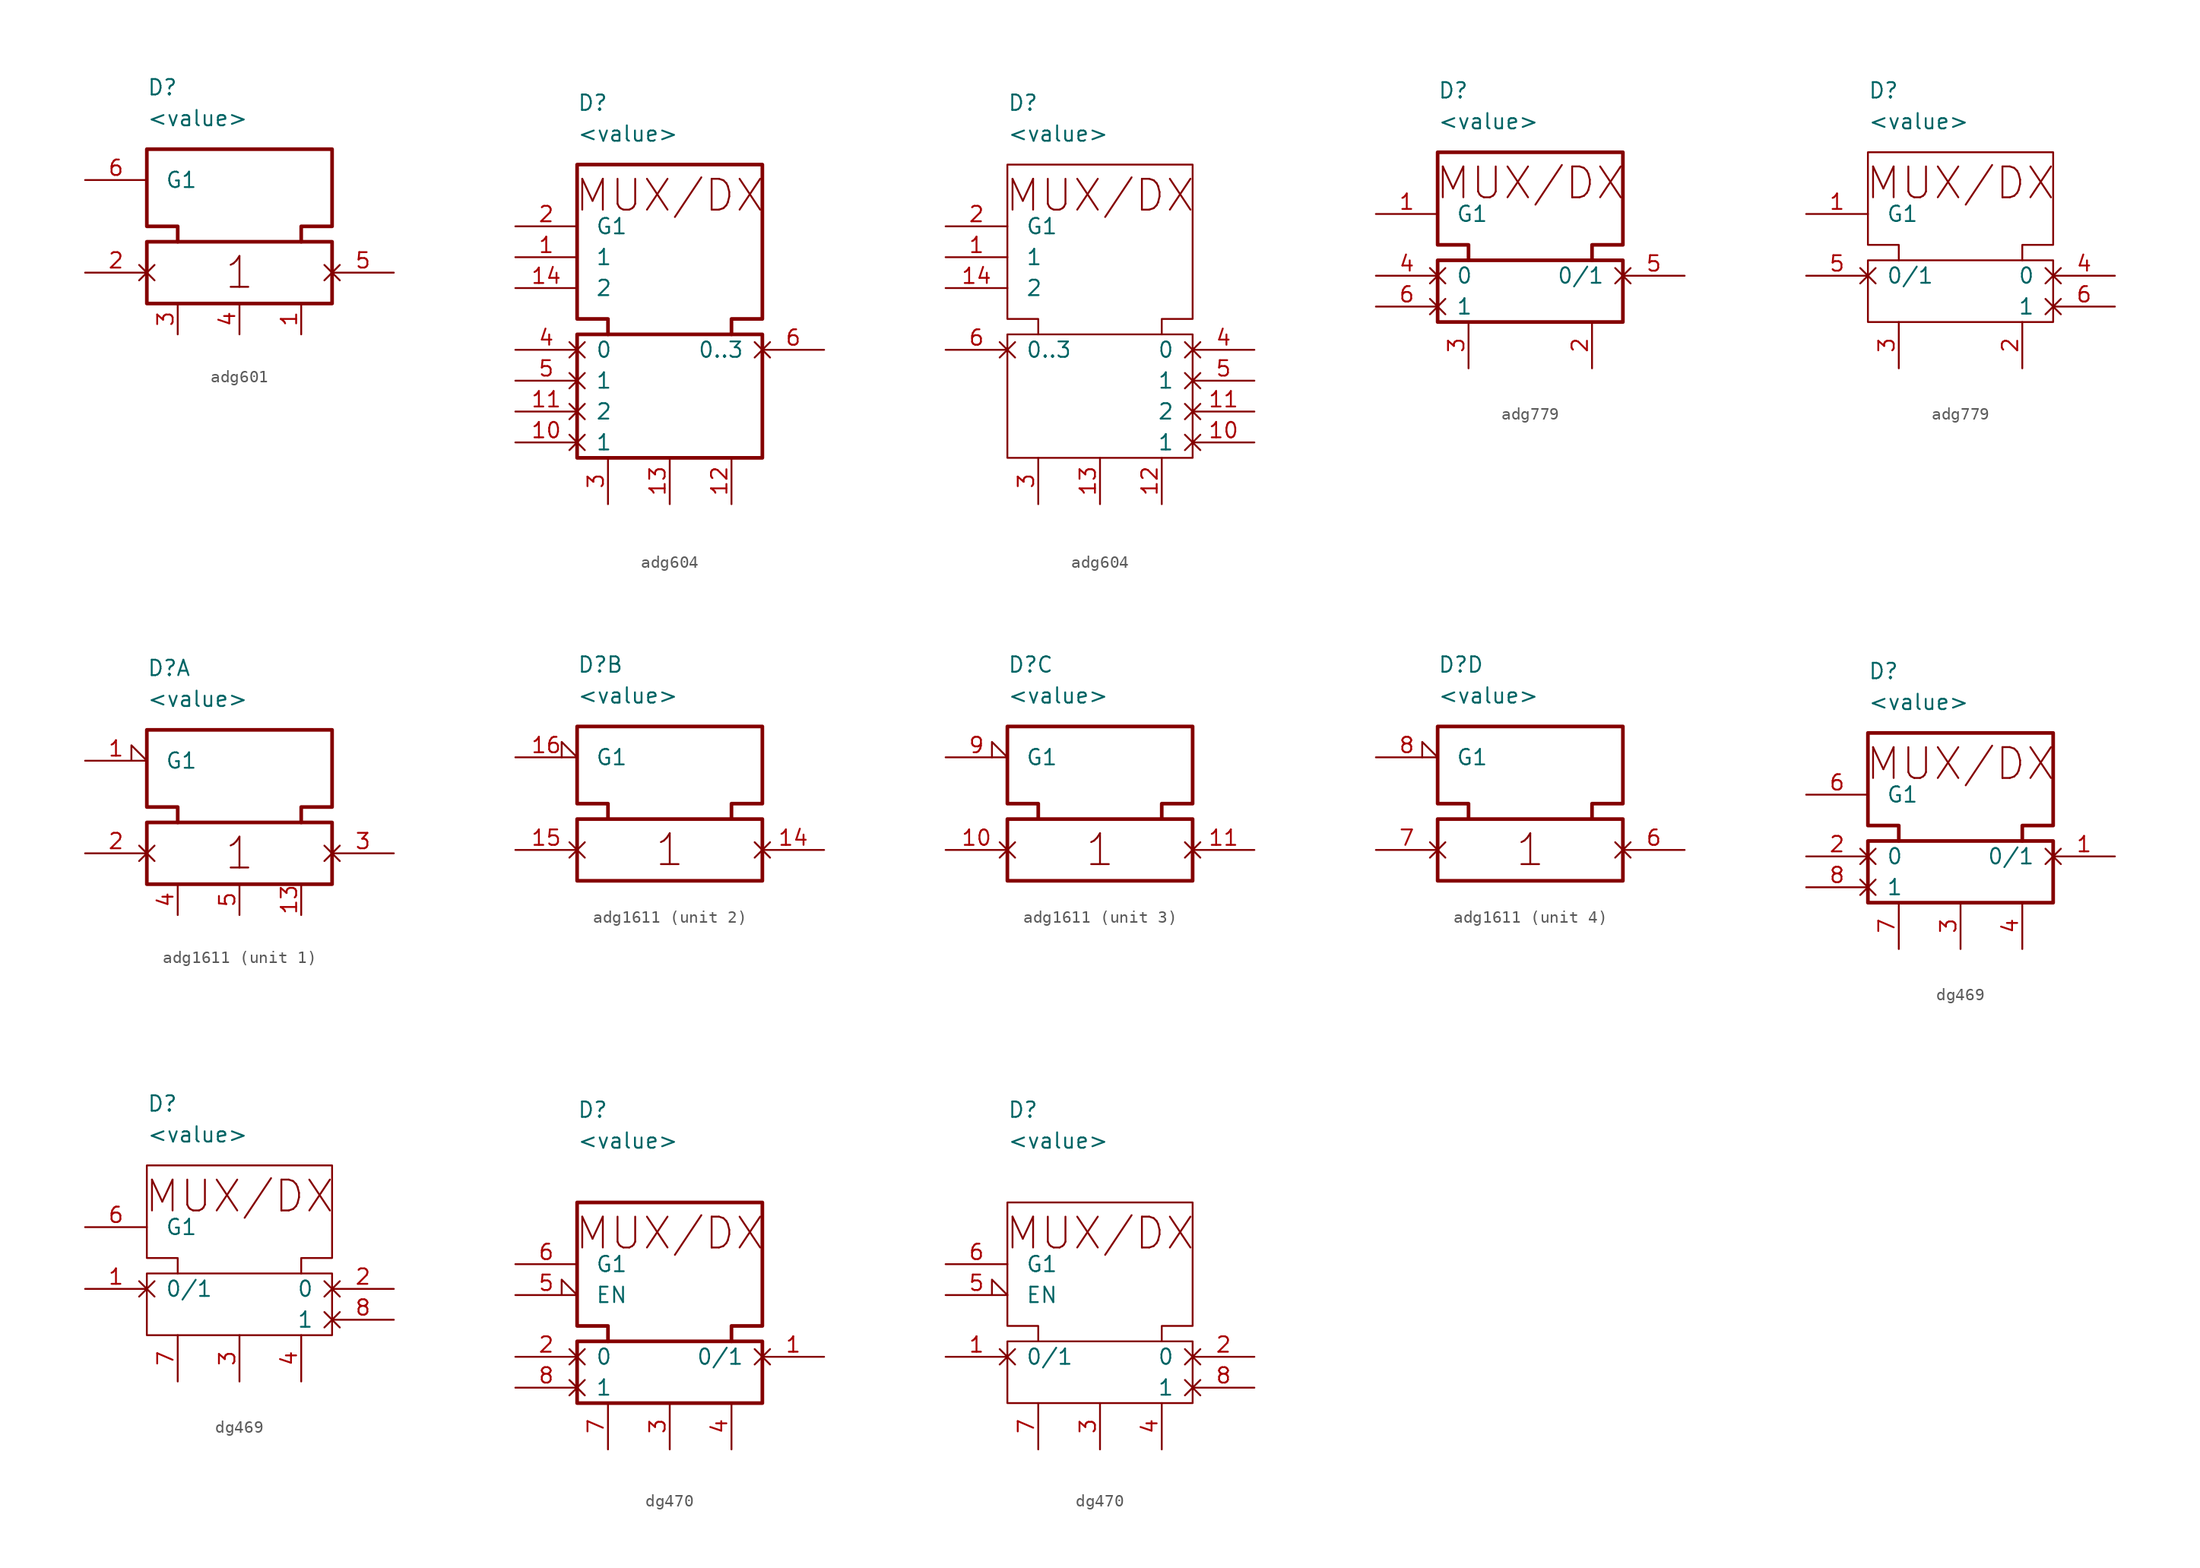
<source format=kicad_sym>
(kicad_symbol_lib
  (version 20231120)
  (generator "kicad_symbol_editor")
  (generator_version "8.0")
  (symbol "adg601"
    (pin_names
      (offset 1.5))
    (property "Reference" "D"
      (at 0 12.7 0)
      (effects (font (size 1.27 1.27)) (justify left)))
    (property "Value" "<value>"
      (at 0 10.16 0)
      (effects (font (size 1.27 1.27)) (justify left)))
    (symbol "adg601_0_1"
      (polyline (pts (xy 2.54 0) (xy 2.54 1.27) (xy 0 1.27) (xy 0 7.62) (xy 15.24 7.62) (xy 15.24 1.27) (xy 12.7 1.27) (xy 12.7 0)) (stroke (width 0.3) (type default)) (fill (type none)))
      (rectangle (start 0 0) (end 15.24 -5.08) (stroke (width 0.3) (type default)) (fill (type none))))
    (symbol "adg601_1_1"
      (text "1" (at 7.62 -2.54 0) (effects (font (size 2.54 2.54))))
      (pin power_in line (at 12.7 -7.62 90) (length 2.54) (name "" (effects (font (size 1.27 1.27)))) (number "1" (effects (font (size 1.27 1.27)))))
      (pin passive non_logic (at -5.08 -2.54 0) (length 5.08) (name "" (effects (font (size 1.27 1.27)))) (number "2" (effects (font (size 1.27 1.27)))))
      (pin power_in line (at 2.54 -7.62 90) (length 2.54) (name "" (effects (font (size 1.27 1.27)))) (number "3" (effects (font (size 1.27 1.27)))))
      (pin power_in line (at 7.62 -7.62 90) (length 2.54) (name "" (effects (font (size 1.27 1.27)))) (number "4" (effects (font (size 1.27 1.27)))))
      (pin passive non_logic (at 20.32 -2.54 180) (length 5.08) (name "" (effects (font (size 1.27 1.27)))) (number "5" (effects (font (size 1.27 1.27)))))
      (pin input line (at -5.08 5.08 0) (length 5.08) (name "G1" (effects (font (size 1.27 1.27)))) (number "6" (effects (font (size 1.27 1.27)))))))
  (symbol "adg604"
    (pin_names
      (offset 1.5))
    (property "Reference" "D"
      (at -7.62 20.32 0)
      (effects (font (size 1.27 1.27)) (justify left)))
    (property "Value" "<value>"
      (at -7.62 17.78 0)
      (effects (font (size 1.27 1.27)) (justify left)))
    (symbol "adg604_0_1"
      (rectangle (start -7.62 1.27) (end 7.62 -8.89) (stroke (width 0.3) (type default)) (fill (type none)))
      (polyline (pts (xy -5.08 1.27) (xy -5.08 2.54) (xy -7.62 2.54) (xy -7.62 15.24) (xy 7.62 15.24) (xy 7.62 2.54) (xy 5.08 2.54) (xy 5.08 1.27)) (stroke (width 0.3) (type default)) (fill (type none)))
      (text "MUX/DX" (at 0 12.7 0) (effects (font (size 2.54 2.54)))))
    (symbol "adg604_0_2"
      (rectangle (start -7.62 1.27) (end 7.62 -8.89) (stroke (width 0) (type default)) (fill (type none)))
      (polyline (pts (xy -5.08 1.27) (xy -5.08 2.54) (xy -7.62 2.54) (xy -7.62 15.24) (xy 7.62 15.24) (xy 7.62 2.54) (xy 5.08 2.54) (xy 5.08 1.27)) (stroke (width 0) (type default)) (fill (type none)))
      (text "MUX/DX" (at 0 12.7 0) (effects (font (size 2.54 2.54)))))
    (symbol "adg604_1_1"
      (pin input line (at -12.7 7.62 0) (length 5.08) (name "1" (effects (font (size 1.27 1.27)))) (number "1" (effects (font (size 1.27 1.27)))))
      (pin passive non_logic (at -12.7 -7.62 0) (length 5.08) (name "1" (effects (font (size 1.27 1.27)))) (number "10" (effects (font (size 1.27 1.27)))))
      (pin passive non_logic (at -12.7 -5.08 0) (length 5.08) (name "2" (effects (font (size 1.27 1.27)))) (number "11" (effects (font (size 1.27 1.27)))))
      (pin power_in line (at 5.08 -12.7 90) (length 3.81) (name "" (effects (font (size 1.27 1.27)))) (number "12" (effects (font (size 1.27 1.27)))))
      (pin power_in line (at 0 -12.7 90) (length 3.81) (name "" (effects (font (size 1.27 1.27)))) (number "13" (effects (font (size 1.27 1.27)))))
      (pin input line (at -12.7 5.08 0) (length 5.08) (name "2" (effects (font (size 1.27 1.27)))) (number "14" (effects (font (size 1.27 1.27)))))
      (pin input line (at -12.7 10.16 0) (length 5.08) (name "G1" (effects (font (size 1.27 1.27)))) (number "2" (effects (font (size 1.27 1.27)))))
      (pin power_in line (at -5.08 -12.7 90) (length 3.81) (name "" (effects (font (size 1.27 1.27)))) (number "3" (effects (font (size 1.27 1.27)))))
      (pin passive non_logic (at -12.7 0 0) (length 5.08) (name "0" (effects (font (size 1.27 1.27)))) (number "4" (effects (font (size 1.27 1.27)))))
      (pin passive non_logic (at -12.7 -2.54 0) (length 5.08) (name "1" (effects (font (size 1.27 1.27)))) (number "5" (effects (font (size 1.27 1.27)))))
      (pin passive non_logic (at 12.7 0 180) (length 5.08) (name "0..3" (effects (font (size 1.27 1.27)))) (number "6" (effects (font (size 1.27 1.27))))))
    (symbol "adg604_1_2"
      (pin input line (at -12.7 7.62 0) (length 5.08) (name "1" (effects (font (size 1.27 1.27)))) (number "1" (effects (font (size 1.27 1.27)))))
      (pin passive non_logic (at 12.7 -7.62 180) (length 5.08) (name "1" (effects (font (size 1.27 1.27)))) (number "10" (effects (font (size 1.27 1.27)))))
      (pin passive non_logic (at 12.7 -5.08 180) (length 5.08) (name "2" (effects (font (size 1.27 1.27)))) (number "11" (effects (font (size 1.27 1.27)))))
      (pin power_in line (at 5.08 -12.7 90) (length 3.81) (name "" (effects (font (size 1.27 1.27)))) (number "12" (effects (font (size 1.27 1.27)))))
      (pin power_in line (at 0 -12.7 90) (length 3.81) (name "" (effects (font (size 1.27 1.27)))) (number "13" (effects (font (size 1.27 1.27)))))
      (pin input line (at -12.7 5.08 0) (length 5.08) (name "2" (effects (font (size 1.27 1.27)))) (number "14" (effects (font (size 1.27 1.27)))))
      (pin input line (at -12.7 10.16 0) (length 5.08) (name "G1" (effects (font (size 1.27 1.27)))) (number "2" (effects (font (size 1.27 1.27)))))
      (pin power_in line (at -5.08 -12.7 90) (length 3.81) (name "" (effects (font (size 1.27 1.27)))) (number "3" (effects (font (size 1.27 1.27)))))
      (pin passive non_logic (at 12.7 0 180) (length 5.08) (name "0" (effects (font (size 1.27 1.27)))) (number "4" (effects (font (size 1.27 1.27)))))
      (pin passive non_logic (at 12.7 -2.54 180) (length 5.08) (name "1" (effects (font (size 1.27 1.27)))) (number "5" (effects (font (size 1.27 1.27)))))
      (pin passive non_logic (at -12.7 0 0) (length 5.08) (name "0..3" (effects (font (size 1.27 1.27)))) (number "6" (effects (font (size 1.27 1.27)))))))
  (symbol "adg779"
    (pin_names
      (offset 1.5))
    (property "Reference" "D"
      (at 0 12.7 0)
      (effects (font (size 1.27 1.27)) (justify left)))
    (property "Value" "<value>"
      (at 0 10.16 0)
      (effects (font (size 1.27 1.27)) (justify left)))
    (symbol "adg779_0_1"
      (rectangle (start 0 -1.27) (end 15.24 -6.35) (stroke (width 0.3) (type default)) (fill (type none)))
      (polyline (pts (xy 2.54 -1.27) (xy 2.54 0) (xy 0 0) (xy 0 7.62) (xy 15.24 7.62) (xy 15.24 0) (xy 12.7 0) (xy 12.7 -1.27)) (stroke (width 0.3) (type default)) (fill (type none)))
      (text "MUX/DX" (at 7.62 5.08 0) (effects (font (size 2.54 2.54)))))
    (symbol "adg779_0_2"
      (rectangle (start 0 -1.27) (end 15.24 -6.35) (stroke (width 0) (type default)) (fill (type none)))
      (polyline (pts (xy 2.54 -1.27) (xy 2.54 0) (xy 0 0) (xy 0 7.62) (xy 15.24 7.62) (xy 15.24 0) (xy 12.7 0) (xy 12.7 -1.27)) (stroke (width 0) (type default)) (fill (type none)))
      (text "MUX/DX" (at 7.62 5.08 0) (effects (font (size 2.54 2.54)))))
    (symbol "adg779_1_1"
      (pin input line (at -5.08 2.54 0) (length 5.08) (name "G1" (effects (font (size 1.27 1.27)))) (number "1" (effects (font (size 1.27 1.27)))))
      (pin power_in line (at 12.7 -10.16 90) (length 3.81) (name "" (effects (font (size 1.27 1.27)))) (number "2" (effects (font (size 1.27 1.27)))))
      (pin power_in line (at 2.54 -10.16 90) (length 3.81) (name "" (effects (font (size 1.27 1.27)))) (number "3" (effects (font (size 1.27 1.27)))))
      (pin passive non_logic (at -5.08 -2.54 0) (length 5.08) (name "0" (effects (font (size 1.27 1.27)))) (number "4" (effects (font (size 1.27 1.27)))))
      (pin passive non_logic (at 20.32 -2.54 180) (length 5.08) (name "0/1" (effects (font (size 1.27 1.27)))) (number "5" (effects (font (size 1.27 1.27)))))
      (pin passive non_logic (at -5.08 -5.08 0) (length 5.08) (name "1" (effects (font (size 1.27 1.27)))) (number "6" (effects (font (size 1.27 1.27))))))
    (symbol "adg779_1_2"
      (pin input line (at -5.08 2.54 0) (length 5.08) (name "G1" (effects (font (size 1.27 1.27)))) (number "1" (effects (font (size 1.27 1.27)))))
      (pin power_in line (at 12.7 -10.16 90) (length 3.81) (name "" (effects (font (size 1.27 1.27)))) (number "2" (effects (font (size 1.27 1.27)))))
      (pin power_in line (at 2.54 -10.16 90) (length 3.81) (name "" (effects (font (size 1.27 1.27)))) (number "3" (effects (font (size 1.27 1.27)))))
      (pin passive non_logic (at 20.32 -2.54 180) (length 5.08) (name "0" (effects (font (size 1.27 1.27)))) (number "4" (effects (font (size 1.27 1.27)))))
      (pin passive non_logic (at -5.08 -2.54 0) (length 5.08) (name "0/1" (effects (font (size 1.27 1.27)))) (number "5" (effects (font (size 1.27 1.27)))))
      (pin passive non_logic (at 20.32 -5.08 180) (length 5.08) (name "1" (effects (font (size 1.27 1.27)))) (number "6" (effects (font (size 1.27 1.27)))))))
  (symbol "adg1611"
    (pin_names
      (offset 1.5))
    (property "Reference" "D"
      (at 0 12.7 0)
      (effects (font (size 1.27 1.27)) (justify left)))
    (property "Value" "<value>"
      (at 0 10.16 0)
      (effects (font (size 1.27 1.27)) (justify left)))
    (symbol "adg1611_0_1"
      (polyline (pts (xy 2.54 0) (xy 2.54 1.27) (xy 0 1.27) (xy 0 7.62) (xy 15.24 7.62) (xy 15.24 1.27) (xy 12.7 1.27) (xy 12.7 0)) (stroke (width 0.3) (type default)) (fill (type none)))
      (rectangle (start 0 0) (end 15.24 -5.08) (stroke (width 0.3) (type default)) (fill (type none))))
    (symbol "adg1611_1_1"
      (text "1" (at 7.62 -2.54 0) (effects (font (size 2.54 2.54))))
      (pin input input_low (at -5.08 5.08 0) (length 5.08) (name "G1" (effects (font (size 1.27 1.27)))) (number "1" (effects (font (size 1.27 1.27)))))
      (pin power_in line (at 12.7 -7.62 90) (length 2.54) (name "" (effects (font (size 1.27 1.27)))) (number "13" (effects (font (size 1.27 1.27)))))
      (pin passive non_logic (at -5.08 -2.54 0) (length 5.08) (name "" (effects (font (size 1.27 1.27)))) (number "2" (effects (font (size 1.27 1.27)))))
      (pin passive non_logic (at 20.32 -2.54 180) (length 5.08) (name "" (effects (font (size 1.27 1.27)))) (number "3" (effects (font (size 1.27 1.27)))))
      (pin power_in line (at 2.54 -7.62 90) (length 2.54) (name "" (effects (font (size 1.27 1.27)))) (number "4" (effects (font (size 1.27 1.27)))))
      (pin power_in line (at 7.62 -7.62 90) (length 2.54) (name "" (effects (font (size 1.27 1.27)))) (number "5" (effects (font (size 1.27 1.27))))))
    (symbol "adg1611_2_1"
      (text "1" (at 7.62 -2.54 0) (effects (font (size 2.54 2.54))))
      (pin passive non_logic (at 20.32 -2.54 180) (length 5.08) (name "" (effects (font (size 1.27 1.27)))) (number "14" (effects (font (size 1.27 1.27)))))
      (pin passive non_logic (at -5.08 -2.54 0) (length 5.08) (name "" (effects (font (size 1.27 1.27)))) (number "15" (effects (font (size 1.27 1.27)))))
      (pin input input_low (at -5.08 5.08 0) (length 5.08) (name "G1" (effects (font (size 1.27 1.27)))) (number "16" (effects (font (size 1.27 1.27))))))
    (symbol "adg1611_3_1"
      (text "1" (at 7.62 -2.54 0) (effects (font (size 2.54 2.54))))
      (pin passive non_logic (at -5.08 -2.54 0) (length 5.08) (name "" (effects (font (size 1.27 1.27)))) (number "10" (effects (font (size 1.27 1.27)))))
      (pin passive non_logic (at 20.32 -2.54 180) (length 5.08) (name "" (effects (font (size 1.27 1.27)))) (number "11" (effects (font (size 1.27 1.27)))))
      (pin input input_low (at -5.08 5.08 0) (length 5.08) (name "G1" (effects (font (size 1.27 1.27)))) (number "9" (effects (font (size 1.27 1.27))))))
    (symbol "adg1611_4_1"
      (text "1" (at 7.62 -2.54 0) (effects (font (size 2.54 2.54))))
      (pin passive non_logic (at 20.32 -2.54 180) (length 5.08) (name "" (effects (font (size 1.27 1.27)))) (number "6" (effects (font (size 1.27 1.27)))))
      (pin passive non_logic (at -5.08 -2.54 0) (length 5.08) (name "" (effects (font (size 1.27 1.27)))) (number "7" (effects (font (size 1.27 1.27)))))
      (pin input input_low (at -5.08 5.08 0) (length 5.08) (name "G1" (effects (font (size 1.27 1.27)))) (number "8" (effects (font (size 1.27 1.27)))))))
  (symbol "dg469"
    (pin_names
      (offset 1.5))
    (property "Reference" "D"
      (at 0 12.7 0)
      (effects (font (size 1.27 1.27)) (justify left)))
    (property "Value" "<value>"
      (at 0 10.16 0)
      (effects (font (size 1.27 1.27)) (justify left)))
    (symbol "dg469_0_1"
      (rectangle (start 0 -1.27) (end 15.24 -6.35) (stroke (width 0.3) (type default)) (fill (type none)))
      (text "MUX/DX" (at 7.62 5.08 0) (effects (font (size 2.54 2.54)))))
    (symbol "dg469_0_2"
      (rectangle (start 0 -1.27) (end 15.24 -6.35) (stroke (width 0) (type default)) (fill (type none)))
      (polyline (pts (xy 2.54 -1.27) (xy 2.54 0) (xy 0 0) (xy 0 7.62) (xy 15.24 7.62) (xy 15.24 0) (xy 12.7 0) (xy 12.7 -1.27)) (stroke (width 0) (type default)) (fill (type none)))
      (text "MUX/DX" (at 7.62 5.08 0) (effects (font (size 2.54 2.54)))))
    (symbol "dg469_1_1"
      (polyline (pts (xy 2.54 -1.27) (xy 2.54 0) (xy 0 0) (xy 0 7.62) (xy 15.24 7.62) (xy 15.24 0) (xy 12.7 0) (xy 12.7 -1.27)) (stroke (width 0.3) (type default)) (fill (type none)))
      (pin passive non_logic (at 20.32 -2.54 180) (length 5.08) (name "0/1" (effects (font (size 1.27 1.27)))) (number "1" (effects (font (size 1.27 1.27)))))
      (pin passive non_logic (at -5.08 -2.54 0) (length 5.08) (name "0" (effects (font (size 1.27 1.27)))) (number "2" (effects (font (size 1.27 1.27)))))
      (pin power_in line (at 7.62 -10.16 90) (length 3.81) (name "" (effects (font (size 1.27 1.27)))) (number "3" (effects (font (size 1.27 1.27)))))
      (pin power_in line (at 12.7 -10.16 90) (length 3.81) (name "" (effects (font (size 1.27 1.27)))) (number "4" (effects (font (size 1.27 1.27)))))
      (pin input line (at -5.08 2.54 0) (length 5.08) (name "G1" (effects (font (size 1.27 1.27)))) (number "6" (effects (font (size 1.27 1.27)))))
      (pin power_in line (at 2.54 -10.16 90) (length 3.81) (name "" (effects (font (size 1.27 1.27)))) (number "7" (effects (font (size 1.27 1.27)))))
      (pin passive non_logic (at -5.08 -5.08 0) (length 5.08) (name "1" (effects (font (size 1.27 1.27)))) (number "8" (effects (font (size 1.27 1.27))))))
    (symbol "dg469_1_2"
      (pin passive non_logic (at -5.08 -2.54 0) (length 5.08) (name "0/1" (effects (font (size 1.27 1.27)))) (number "1" (effects (font (size 1.27 1.27)))))
      (pin passive non_logic (at 20.32 -2.54 180) (length 5.08) (name "0" (effects (font (size 1.27 1.27)))) (number "2" (effects (font (size 1.27 1.27)))))
      (pin power_in line (at 7.62 -10.16 90) (length 3.81) (name "" (effects (font (size 1.27 1.27)))) (number "3" (effects (font (size 1.27 1.27)))))
      (pin power_in line (at 12.7 -10.16 90) (length 3.81) (name "" (effects (font (size 1.27 1.27)))) (number "4" (effects (font (size 1.27 1.27)))))
      (pin input line (at -5.08 2.54 0) (length 5.08) (name "G1" (effects (font (size 1.27 1.27)))) (number "6" (effects (font (size 1.27 1.27)))))
      (pin power_in line (at 2.54 -10.16 90) (length 3.81) (name "" (effects (font (size 1.27 1.27)))) (number "7" (effects (font (size 1.27 1.27)))))
      (pin passive non_logic (at 20.32 -5.08 180) (length 5.08) (name "1" (effects (font (size 1.27 1.27)))) (number "8" (effects (font (size 1.27 1.27)))))))
  (symbol "dg470"
    (pin_names
      (offset 1.5))
    (property "Reference" "D"
      (at 0 17.78 0)
      (effects (font (size 1.27 1.27)) (justify left)))
    (property "Value" "<value>"
      (at 0 15.24 0)
      (effects (font (size 1.27 1.27)) (justify left)))
    (symbol "dg470_0_1"
      (rectangle (start 0 -1.27) (end 15.24 -6.35) (stroke (width 0.3) (type default)) (fill (type none)))
      (polyline (pts (xy 2.54 -1.27) (xy 2.54 0) (xy 0 0) (xy 0 10.16) (xy 15.24 10.16) (xy 15.24 0) (xy 12.7 0) (xy 12.7 -1.27)) (stroke (width 0.3) (type default)) (fill (type none)))
      (text "MUX/DX" (at 7.62 7.62 0) (effects (font (size 2.54 2.54)))))
    (symbol "dg470_0_2"
      (rectangle (start 0 -1.27) (end 15.24 -6.35) (stroke (width 0) (type default)) (fill (type none)))
      (polyline (pts (xy 2.54 -1.27) (xy 2.54 0) (xy 0 0) (xy 0 10.16) (xy 15.24 10.16) (xy 15.24 0) (xy 12.7 0) (xy 12.7 -1.27)) (stroke (width 0) (type default)) (fill (type none)))
      (text "MUX/DX" (at 7.62 7.62 0) (effects (font (size 2.54 2.54)))))
    (symbol "dg470_1_1"
      (pin passive non_logic (at 20.32 -2.54 180) (length 5.08) (name "0/1" (effects (font (size 1.27 1.27)))) (number "1" (effects (font (size 1.27 1.27)))))
      (pin passive non_logic (at -5.08 -2.54 0) (length 5.08) (name "0" (effects (font (size 1.27 1.27)))) (number "2" (effects (font (size 1.27 1.27)))))
      (pin power_in line (at 7.62 -10.16 90) (length 3.81) (name "" (effects (font (size 1.27 1.27)))) (number "3" (effects (font (size 1.27 1.27)))))
      (pin power_in line (at 12.7 -10.16 90) (length 3.81) (name "" (effects (font (size 1.27 1.27)))) (number "4" (effects (font (size 1.27 1.27)))))
      (pin input input_low (at -5.08 2.54 0) (length 5.08) (name "EN" (effects (font (size 1.27 1.27)))) (number "5" (effects (font (size 1.27 1.27)))))
      (pin input line (at -5.08 5.08 0) (length 5.08) (name "G1" (effects (font (size 1.27 1.27)))) (number "6" (effects (font (size 1.27 1.27)))))
      (pin power_in line (at 2.54 -10.16 90) (length 3.81) (name "" (effects (font (size 1.27 1.27)))) (number "7" (effects (font (size 1.27 1.27)))))
      (pin passive non_logic (at -5.08 -5.08 0) (length 5.08) (name "1" (effects (font (size 1.27 1.27)))) (number "8" (effects (font (size 1.27 1.27))))))
    (symbol "dg470_1_2"
      (pin passive non_logic (at -5.08 -2.54 0) (length 5.08) (name "0/1" (effects (font (size 1.27 1.27)))) (number "1" (effects (font (size 1.27 1.27)))))
      (pin passive non_logic (at 20.32 -2.54 180) (length 5.08) (name "0" (effects (font (size 1.27 1.27)))) (number "2" (effects (font (size 1.27 1.27)))))
      (pin power_in line (at 7.62 -10.16 90) (length 3.81) (name "" (effects (font (size 1.27 1.27)))) (number "3" (effects (font (size 1.27 1.27)))))
      (pin power_in line (at 12.7 -10.16 90) (length 3.81) (name "" (effects (font (size 1.27 1.27)))) (number "4" (effects (font (size 1.27 1.27)))))
      (pin input input_low (at -5.08 2.54 0) (length 5.08) (name "EN" (effects (font (size 1.27 1.27)))) (number "5" (effects (font (size 1.27 1.27)))))
      (pin input line (at -5.08 5.08 0) (length 5.08) (name "G1" (effects (font (size 1.27 1.27)))) (number "6" (effects (font (size 1.27 1.27)))))
      (pin power_in line (at 2.54 -10.16 90) (length 3.81) (name "" (effects (font (size 1.27 1.27)))) (number "7" (effects (font (size 1.27 1.27)))))
      (pin passive non_logic (at 20.32 -5.08 180) (length 5.08) (name "1" (effects (font (size 1.27 1.27)))) (number "8" (effects (font (size 1.27 1.27))))))))
</source>
